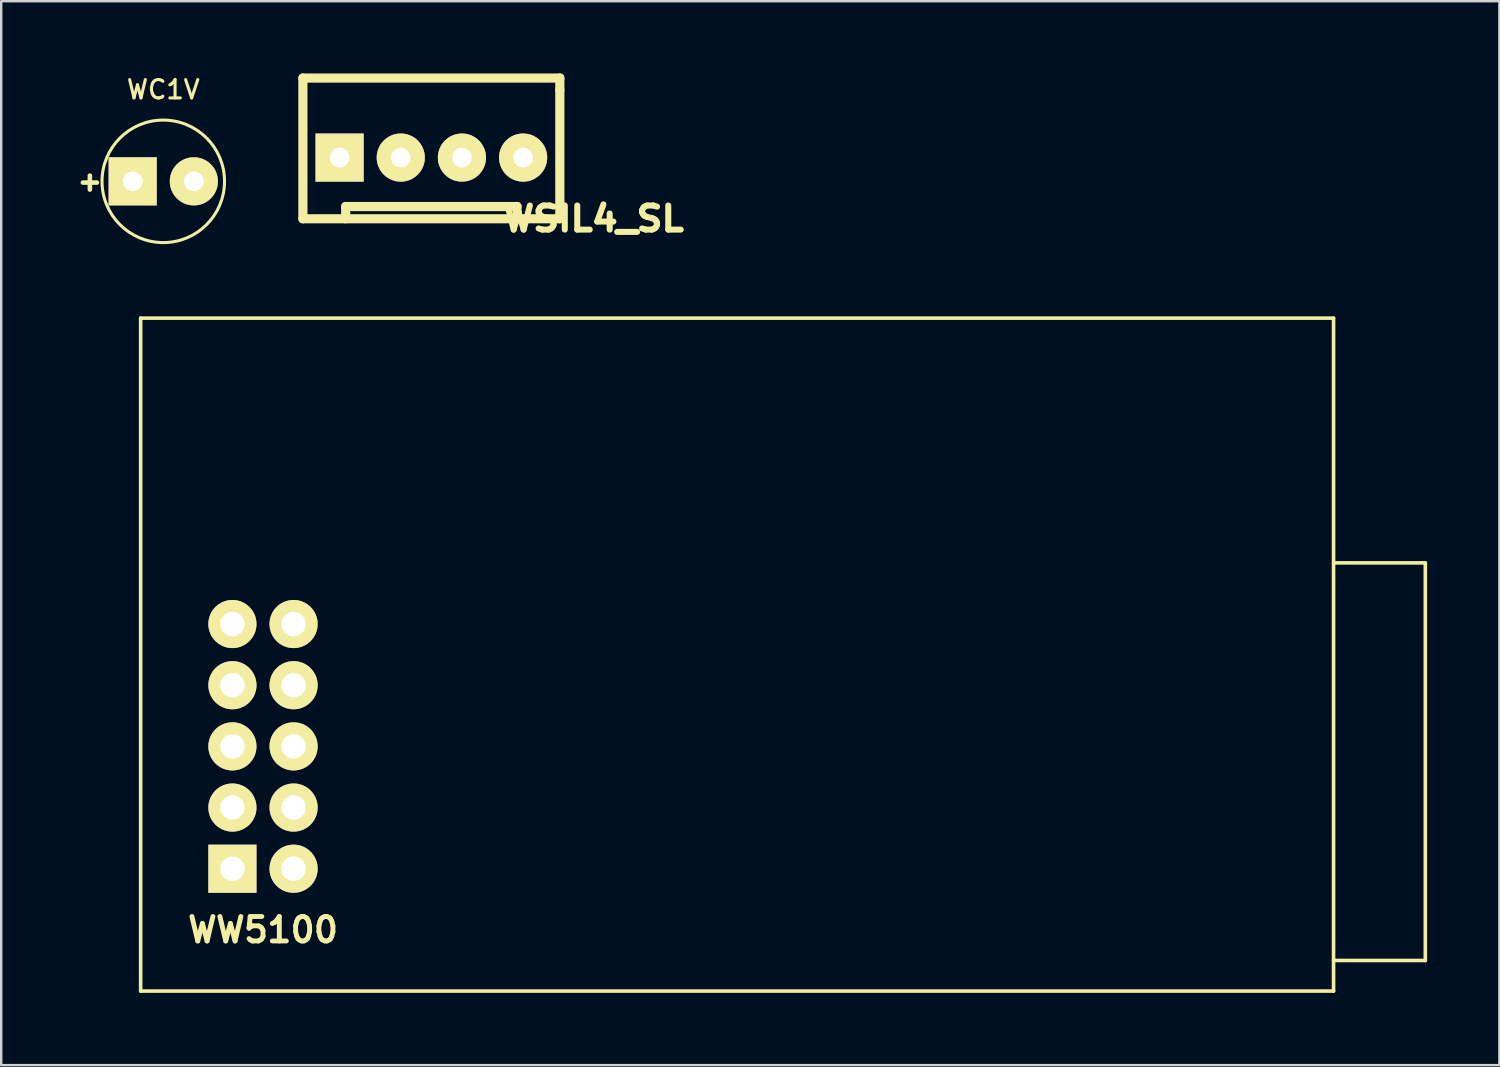
<source format=kicad_pcb>
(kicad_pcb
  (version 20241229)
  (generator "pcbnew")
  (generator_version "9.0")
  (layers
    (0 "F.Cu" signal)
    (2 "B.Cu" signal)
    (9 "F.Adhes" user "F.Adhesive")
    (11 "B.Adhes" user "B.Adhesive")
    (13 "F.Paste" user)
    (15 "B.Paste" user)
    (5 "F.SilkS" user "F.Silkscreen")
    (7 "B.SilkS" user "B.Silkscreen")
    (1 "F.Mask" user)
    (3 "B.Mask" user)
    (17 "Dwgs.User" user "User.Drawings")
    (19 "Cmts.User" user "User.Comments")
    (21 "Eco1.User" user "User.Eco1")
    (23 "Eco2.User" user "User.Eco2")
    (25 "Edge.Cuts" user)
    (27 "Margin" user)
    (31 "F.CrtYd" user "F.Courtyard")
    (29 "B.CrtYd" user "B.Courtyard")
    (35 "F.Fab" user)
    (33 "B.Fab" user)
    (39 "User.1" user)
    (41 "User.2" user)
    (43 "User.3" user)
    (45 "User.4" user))
  (footprint "WSIL4_SL"
    (layer "F.Cu")
    (at 14.86 3.493)
    (property "Reference" "WSIL4_SL" (at 6.731 2.54 0) (layer "F.SilkS") (effects (font (size 1.001 1.087) (thickness 0.25))))
    (attr through_hole)
    (fp_line (start -5.334 -3.302) (end 5.334 -3.302) (stroke (width 0.381) (type solid)) (layer "F.SilkS"))
    (fp_line (start -5.334 2.54) (end -5.334 -3.302) (stroke (width 0.381) (type solid)) (layer "F.SilkS"))
    (fp_line (start -4.318 -0.508) (end -4.318 0.508) (stroke (width 0.381) (type solid)) (layer "F.SilkS"))
    (fp_line (start -4.318 0.508) (end -3.302 0.508) (stroke (width 0.381) (type solid)) (layer "F.SilkS"))
    (fp_line (start -3.556 2.032) (end 3.556 2.032) (stroke (width 0.381) (type solid)) (layer "F.SilkS"))
    (fp_line (start -3.556 2.54) (end -3.556 2.032) (stroke (width 0.381) (type solid)) (layer "F.SilkS"))
    (fp_line (start -3.302 -0.508) (end -4.318 -0.508) (stroke (width 0.381) (type solid)) (layer "F.SilkS"))
    (fp_line (start -3.302 0.508) (end -3.302 -0.508) (stroke (width 0.381) (type solid)) (layer "F.SilkS"))
    (fp_line (start -1.778 -0.508) (end -1.778 0.508) (stroke (width 0.381) (type solid)) (layer "F.SilkS"))
    (fp_line (start -1.778 -0.508) (end -0.762 -0.508) (stroke (width 0.381) (type solid)) (layer "F.SilkS"))
    (fp_line (start -0.762 -0.508) (end -0.762 0.508) (stroke (width 0.381) (type solid)) (layer "F.SilkS"))
    (fp_line (start -0.762 0.508) (end -1.778 0.508) (stroke (width 0.381) (type solid)) (layer "F.SilkS"))
    (fp_line (start 0.762 -0.508) (end 0.762 0.508) (stroke (width 0.381) (type solid)) (layer "F.SilkS"))
    (fp_line (start 0.762 0.508) (end 1.778 0.508) (stroke (width 0.381) (type solid)) (layer "F.SilkS"))
    (fp_line (start 1.778 -0.508) (end 0.762 -0.508) (stroke (width 0.381) (type solid)) (layer "F.SilkS"))
    (fp_line (start 1.778 0.508) (end 1.778 -0.508) (stroke (width 0.381) (type solid)) (layer "F.SilkS"))
    (fp_line (start 3.302 -0.508) (end 3.302 0.508) (stroke (width 0.381) (type solid)) (layer "F.SilkS"))
    (fp_line (start 3.302 0.508) (end 4.318 0.508) (stroke (width 0.381) (type solid)) (layer "F.SilkS"))
    (fp_line (start 3.556 2.032) (end 3.556 2.54) (stroke (width 0.381) (type solid)) (layer "F.SilkS"))
    (fp_line (start 4.318 -0.508) (end 3.302 -0.508) (stroke (width 0.381) (type solid)) (layer "F.SilkS"))
    (fp_line (start 4.318 0.508) (end 4.318 -0.508) (stroke (width 0.381) (type solid)) (layer "F.SilkS"))
    (fp_line (start 5.334 -3.302) (end 5.334 -2.794) (stroke (width 0.381) (type solid)) (layer "F.SilkS"))
    (fp_line (start 5.334 -2.794) (end 5.334 2.54) (stroke (width 0.381) (type solid)) (layer "F.SilkS"))
    (fp_line (start 5.334 2.54) (end -5.334 2.54) (stroke (width 0.381) (type solid)) (layer "F.SilkS"))
    (pad "1" thru_hole rect (at -3.81 0) (size 1.999 1.999) (drill 0.813) (layers "*.Cu" "*.Mask" "F.SilkS"))
    (pad "2" thru_hole circle (at -1.27 0) (size 1.999 1.999) (drill 0.813) (layers "*.Cu" "*.Mask" "F.SilkS"))
    (pad "3" thru_hole circle (at 1.27 0) (size 1.999 1.999) (drill 0.813) (layers "*.Cu" "*.Mask" "F.SilkS"))
    (pad "4" thru_hole circle (at 3.81 0) (size 1.999 1.999) (drill 0.813) (layers "*.Cu" "*.Mask" "F.SilkS")))
  (footprint "WC1V"
    (layer "F.Cu")
    (at 3.729 4.479)
    (property "Reference" "WC1V" (at 0 -3.81 0) (layer "F.SilkS") (effects (font (size 0.762 0.762) (thickness 0.127))))
    (attr through_hole)
    (fp_circle (center 0 0) (end 0.127 -2.54) (stroke (width 0.127) (type solid)) (fill no) (layer "F.SilkS"))
    (fp_text user "+" (at -3.048 0 0) (layer "F.SilkS") (effects (font (size 0.762 0.762) (thickness 0.191))))
    (pad "1" thru_hole rect (at -1.27 0) (size 1.999 1.999) (drill 0.813) (layers "*.Cu" "*.Mask" "F.SilkS"))
    (pad "2" thru_hole circle (at 1.27 0) (size 1.999 1.999) (drill 0.813) (layers "*.Cu" "*.Mask" "F.SilkS")))
  (footprint "WW5100"
    (layer "F.Cu")
    (at 0.25 22.86)
    (property "Reference" "WW5100" (at 7.62 12.7 0) (layer "F.SilkS") (effects (font (size 1.016 1.016) (thickness 0.203))))
    (attr through_hole)
    (fp_line (start 2.54 -12.7) (end 2.54 15.24) (stroke (width 0.15) (type solid)) (layer "F.SilkS"))
    (fp_line (start 2.54 -12.7) (end 52.07 -12.7) (stroke (width 0.15) (type solid)) (layer "F.SilkS"))
    (fp_line (start 2.54 15.24) (end 52.07 15.24) (stroke (width 0.15) (type solid)) (layer "F.SilkS"))
    (fp_line (start 52.07 -12.7) (end 52.07 15.24) (stroke (width 0.15) (type solid)) (layer "F.SilkS"))
    (fp_line (start 52.07 13.97) (end 55.88 13.97) (stroke (width 0.15) (type solid)) (layer "F.SilkS"))
    (fp_line (start 55.88 -2.54) (end 52.07 -2.54) (stroke (width 0.15) (type solid)) (layer "F.SilkS"))
    (fp_line (start 55.88 13.97) (end 55.88 -2.54) (stroke (width 0.15) (type solid)) (layer "F.SilkS"))
    (pad "1" thru_hole rect (at 6.35 10.16) (size 1.999 1.999) (drill 1.016) (layers "*.Cu" "*.Mask" "F.SilkS"))
    (pad "2" thru_hole circle (at 8.89 10.16) (size 1.999 1.999) (drill 1.016) (layers "*.Cu" "*.Mask" "F.SilkS"))
    (pad "3" thru_hole circle (at 6.35 7.62) (size 1.999 1.999) (drill 1.016) (layers "*.Cu" "*.Mask" "F.SilkS"))
    (pad "4" thru_hole circle (at 8.89 7.62) (size 1.999 1.999) (drill 1.016) (layers "*.Cu" "*.Mask" "F.SilkS"))
    (pad "5" thru_hole circle (at 6.35 5.08) (size 1.999 1.999) (drill 1.016) (layers "*.Cu" "*.Mask" "F.SilkS"))
    (pad "6" thru_hole circle (at 8.89 5.08) (size 1.999 1.999) (drill 1.016) (layers "*.Cu" "*.Mask" "F.SilkS"))
    (pad "7" thru_hole circle (at 6.35 2.54) (size 1.999 1.999) (drill 1.016) (layers "*.Cu" "*.Mask" "F.SilkS"))
    (pad "8" thru_hole circle (at 8.89 2.54) (size 1.999 1.999) (drill 1.016) (layers "*.Cu" "*.Mask" "F.SilkS"))
    (pad "9" thru_hole circle (at 6.35 0) (size 1.999 1.999) (drill 1.016) (layers "*.Cu" "*.Mask" "F.SilkS"))
    (pad "10" thru_hole circle (at 8.89 0) (size 1.999 1.999) (drill 1.016) (layers "*.Cu" "*.Mask" "F.SilkS")))
  (gr_rect
    (start -3 -3)
    (end 59.205 41.175)
    (stroke (width 0.1) (type default))
    (fill no)
    (layer "Edge.Cuts")))
</source>
